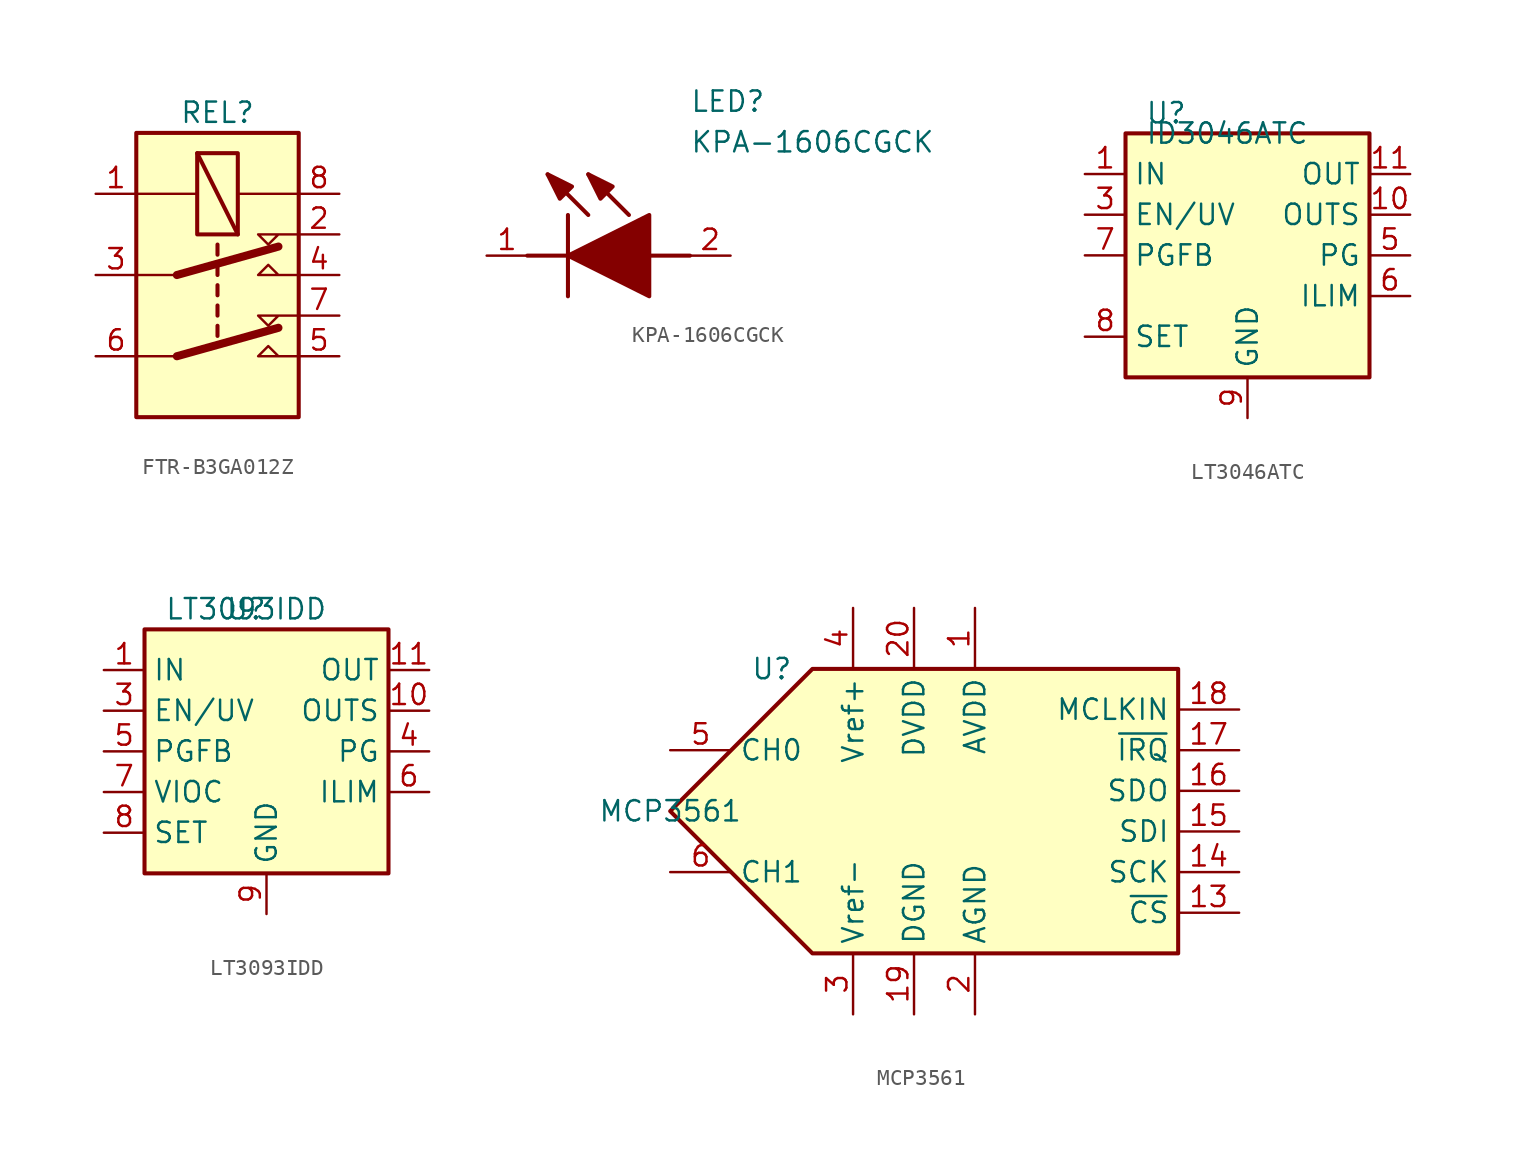
<source format=kicad_sym>
(kicad_symbol_lib
  (version 20231120)
  (generator "kicad_symbol_editor")
  (generator_version "8.0")
  (symbol "FTR-B3GA012Z"
    (property "Reference" "REL"
      (at 0 0 0)
      (effects (font (size 1.27 1.27))))
    (property "Value" ""
      (at 0 0 0)
      (effects (font (size 1.27 1.27))))
    (symbol "FTR-B3GA012Z_0_1"
      (rectangle (start -1.27 -2.54) (end 1.27 -7.62) (stroke (width 0.254) (type default)) (fill (type background)))
      (polyline (pts (xy -1.27 -2.54) (xy 1.27 -7.62)) (stroke (width 0.254) (type default)) (fill (type none)))
      (polyline (pts (xy 5.08 -12.7) (xy 2.54 -12.7) (xy 3.175 -13.335) (xy 3.81 -12.7)) (stroke (width 0) (type default)) (fill (type none)))
      (polyline (pts (xy 5.08 -7.62) (xy 2.54 -7.62) (xy 3.175 -8.255) (xy 3.81 -7.62)) (stroke (width 0) (type default)) (fill (type none))))
    (symbol "FTR-B3GA012Z_1_1"
      (polyline (pts (xy -2.54 -15.24) (xy -5.08 -15.24)) (stroke (width 0) (type default)) (fill (type none)))
      (polyline (pts (xy -2.54 -15.24) (xy 3.81 -13.462)) (stroke (width 0.508) (type default)) (fill (type none)))
      (polyline (pts (xy -2.54 -10.16) (xy -5.08 -10.16)) (stroke (width 0) (type default)) (fill (type none)))
      (polyline (pts (xy -2.54 -10.16) (xy 3.81 -8.382)) (stroke (width 0.508) (type default)) (fill (type none)))
      (polyline (pts (xy 0 -13.335) (xy 0 -13.97)) (stroke (width 0.254) (type default)) (fill (type none)))
      (polyline (pts (xy 0 -12.065) (xy 0 -12.7)) (stroke (width 0.254) (type default)) (fill (type none)))
      (polyline (pts (xy 0 -10.795) (xy 0 -11.43)) (stroke (width 0.254) (type default)) (fill (type none)))
      (polyline (pts (xy 0 -9.525) (xy 0 -10.16)) (stroke (width 0.254) (type default)) (fill (type none)))
      (polyline (pts (xy 0 -8.255) (xy 0 -8.89)) (stroke (width 0.254) (type default)) (fill (type none)))
      (polyline (pts (xy 5.08 -5.08) (xy 1.27 -5.08)) (stroke (width 0) (type default)) (fill (type none)))
      (polyline (pts (xy -5.08 -5.08) (xy -1.27 -5.08) (xy -1.524 -5.08)) (stroke (width 0) (type default)) (fill (type none)))
      (polyline (pts (xy 5.08 -15.24) (xy 2.54 -15.24) (xy 3.175 -14.605) (xy 3.81 -15.24)) (stroke (width 0) (type default)) (fill (type none)))
      (polyline (pts (xy 5.08 -10.16) (xy 2.54 -10.16) (xy 3.175 -9.525) (xy 3.81 -10.16)) (stroke (width 0) (type default)) (fill (type none)))
      (rectangle (start 5.08 -1.27) (end -5.08 -19.05) (stroke (width 0.254) (type default)) (fill (type background)))
      (pin passive line (at -7.62 -5.08 0) (length 2.54) (name "~" (effects (font (size 1.27 1.27)))) (number "1" (effects (font (size 1.27 1.27)))))
      (pin passive line (at 7.62 -7.62 180) (length 2.54) (name "~" (effects (font (size 1.27 1.27)))) (number "2" (effects (font (size 1.27 1.27)))))
      (pin passive line (at -7.62 -10.16 0) (length 2.54) (name "~" (effects (font (size 1.27 1.27)))) (number "3" (effects (font (size 1.27 1.27)))))
      (pin passive line (at 7.62 -10.16 180) (length 2.54) (name "~" (effects (font (size 1.27 1.27)))) (number "4" (effects (font (size 1.27 1.27)))))
      (pin passive line (at 7.62 -15.24 180) (length 2.54) (name "~" (effects (font (size 1.27 1.27)))) (number "5" (effects (font (size 1.27 1.27)))))
      (pin passive line (at -7.62 -15.24 0) (length 2.54) (name "~" (effects (font (size 1.27 1.27)))) (number "6" (effects (font (size 1.27 1.27)))))
      (pin passive line (at 7.62 -12.7 180) (length 2.54) (name "~" (effects (font (size 1.27 1.27)))) (number "7" (effects (font (size 1.27 1.27)))))
      (pin passive line (at 7.62 -5.08 180) (length 2.54) (name "~" (effects (font (size 1.27 1.27)))) (number "8" (effects (font (size 1.27 1.27)))))))
  (symbol "KPA-1606CGCK"
    (pin_names hide)
    (property "Reference" "LED"
      (at 12.7 8.89 0)
      (effects (font (size 1.27 1.27)) (justify left bottom)))
    (property "Value" "KPA-1606CGCK"
      (at 12.7 6.35 0)
      (effects (font (size 1.27 1.27)) (justify left bottom)))
    (symbol "KPA-1606CGCK_1_1"
      (polyline (pts (xy 2.54 0) (xy 5.08 0)) (stroke (width 0.254) (type default)) (fill (type none)))
      (polyline (pts (xy 5.08 2.54) (xy 5.08 -2.54)) (stroke (width 0.254) (type default)) (fill (type none)))
      (polyline (pts (xy 6.35 2.54) (xy 3.81 5.08)) (stroke (width 0.254) (type default)) (fill (type none)))
      (polyline (pts (xy 8.89 2.54) (xy 6.35 5.08)) (stroke (width 0.254) (type default)) (fill (type none)))
      (polyline (pts (xy 10.16 0) (xy 12.7 0)) (stroke (width 0.254) (type default)) (fill (type none)))
      (polyline (pts (xy 5.08 0) (xy 10.16 2.54) (xy 10.16 -2.54) (xy 5.08 0)) (stroke (width 0.254) (type default)) (fill (type outline)))
      (polyline (pts (xy 5.334 4.318) (xy 4.572 3.556) (xy 3.81 5.08) (xy 5.334 4.318)) (stroke (width 0.254) (type default)) (fill (type outline)))
      (polyline (pts (xy 7.874 4.318) (xy 7.112 3.556) (xy 6.35 5.08) (xy 7.874 4.318)) (stroke (width 0.254) (type default)) (fill (type outline)))
      (pin passive line (at 0 0 0) (length 2.54) (name "K" (effects (font (size 1.27 1.27)))) (number "1" (effects (font (size 1.27 1.27)))))
      (pin passive line (at 15.24 0 180) (length 2.54) (name "A" (effects (font (size 1.27 1.27)))) (number "2" (effects (font (size 1.27 1.27)))))))
  (symbol "LT3046ATC"
    (property "Reference" "U"
      (at -3.81 1.27 0)
      (effects (font (size 1.27 1.27))))
    (property "Value" "ID3046ATC"
      (at 0 0 0)
      (effects (font (size 1.27 1.27))))
    (symbol "LT3046ATC_0_0"
      (pin passive line (at 11.43 -2.54 180) (length 2.54) hide (name "OUT" (effects (font (size 1.27 1.27)))) (number "12" (effects (font (size 1.27 1.27))))))
    (symbol "LT3046ATC_0_1"
      (rectangle (start 8.89 0) (end -6.35 -15.24) (stroke (width 0.254) (type default)) (fill (type background))))
    (symbol "LT3046ATC_1_0"
      (pin passive line (at 1.27 -17.78 90) (length 2.54) hide (name "GND" (effects (font (size 1.27 1.27)))) (number "13" (effects (font (size 1.27 1.27))))))
    (symbol "LT3046ATC_1_1"
      (pin power_in line (at -8.89 -2.54 0) (length 2.54) (name "IN" (effects (font (size 1.27 1.27)))) (number "1" (effects (font (size 1.27 1.27)))))
      (pin input line (at 11.43 -5.08 180) (length 2.54) (name "OUTS" (effects (font (size 1.27 1.27)))) (number "10" (effects (font (size 1.27 1.27)))))
      (pin power_out line (at 11.43 -2.54 180) (length 2.54) (name "OUT" (effects (font (size 1.27 1.27)))) (number "11" (effects (font (size 1.27 1.27)))))
      (pin passive line (at -8.89 -2.54 0) (length 2.54) hide (name "IN" (effects (font (size 1.27 1.27)))) (number "2" (effects (font (size 1.27 1.27)))))
      (pin input line (at -8.89 -5.08 0) (length 2.54) (name "EN/UV" (effects (font (size 1.27 1.27)))) (number "3" (effects (font (size 1.27 1.27)))))
      (pin no_connect line (at 11.43 -12.7 180) (length 2.54) hide (name "" (effects (font (size 1.27 1.27)))) (number "4" (effects (font (size 1.27 1.27)))))
      (pin open_collector line (at 11.43 -7.62 180) (length 2.54) (name "PG" (effects (font (size 1.27 1.27)))) (number "5" (effects (font (size 1.27 1.27)))))
      (pin passive line (at 11.43 -10.16 180) (length 2.54) (name "ILIM" (effects (font (size 1.27 1.27)))) (number "6" (effects (font (size 1.27 1.27)))))
      (pin input line (at -8.89 -7.62 0) (length 2.54) (name "PGFB" (effects (font (size 1.27 1.27)))) (number "7" (effects (font (size 1.27 1.27)))))
      (pin passive line (at -8.89 -12.7 0) (length 2.54) (name "SET" (effects (font (size 1.27 1.27)))) (number "8" (effects (font (size 1.27 1.27)))))
      (pin power_in line (at 1.27 -17.78 90) (length 2.54) (name "GND" (effects (font (size 1.27 1.27)))) (number "9" (effects (font (size 1.27 1.27)))))))
  (symbol "LT3093IDD"
    (property "Reference" "U"
      (at 0 0 0)
      (effects (font (size 1.27 1.27))))
    (property "Value" "LT3093IDD"
      (at 0 0 0)
      (effects (font (size 1.27 1.27))))
    (symbol "LT3093IDD_0_0"
      (pin passive line (at 11.43 -3.81 180) (length 2.54) hide (name "OUT" (effects (font (size 1.27 1.27)))) (number "12" (effects (font (size 1.27 1.27)))))
      (pin passive line (at -8.89 -3.81 0) (length 2.54) hide (name "IN" (effects (font (size 1.27 1.27)))) (number "13" (effects (font (size 1.27 1.27))))))
    (symbol "LT3093IDD_0_1"
      (rectangle (start 8.89 -1.27) (end -6.35 -16.51) (stroke (width 0.254) (type default)) (fill (type background))))
    (symbol "LT3093IDD_1_1"
      (pin power_in line (at -8.89 -3.81 0) (length 2.54) (name "IN" (effects (font (size 1.27 1.27)))) (number "1" (effects (font (size 1.27 1.27)))))
      (pin input line (at 11.43 -6.35 180) (length 2.54) (name "OUTS" (effects (font (size 1.27 1.27)))) (number "10" (effects (font (size 1.27 1.27)))))
      (pin power_out line (at 11.43 -3.81 180) (length 2.54) (name "OUT" (effects (font (size 1.27 1.27)))) (number "11" (effects (font (size 1.27 1.27)))))
      (pin passive line (at -8.89 -3.81 0) (length 2.54) hide (name "IN" (effects (font (size 1.27 1.27)))) (number "2" (effects (font (size 1.27 1.27)))))
      (pin input line (at -8.89 -6.35 0) (length 2.54) (name "EN/UV" (effects (font (size 1.27 1.27)))) (number "3" (effects (font (size 1.27 1.27)))))
      (pin open_collector line (at 11.43 -8.89 180) (length 2.54) (name "PG" (effects (font (size 1.27 1.27)))) (number "4" (effects (font (size 1.27 1.27)))))
      (pin input line (at -8.89 -8.89 0) (length 2.54) (name "PGFB" (effects (font (size 1.27 1.27)))) (number "5" (effects (font (size 1.27 1.27)))))
      (pin passive line (at 11.43 -11.43 180) (length 2.54) (name "ILIM" (effects (font (size 1.27 1.27)))) (number "6" (effects (font (size 1.27 1.27)))))
      (pin passive line (at -8.89 -11.43 0) (length 2.54) (name "VIOC" (effects (font (size 1.27 1.27)))) (number "7" (effects (font (size 1.27 1.27)))))
      (pin passive line (at -8.89 -13.97 0) (length 2.54) (name "SET" (effects (font (size 1.27 1.27)))) (number "8" (effects (font (size 1.27 1.27)))))
      (pin power_in line (at 1.27 -19.05 90) (length 2.54) (name "GND" (effects (font (size 1.27 1.27)))) (number "9" (effects (font (size 1.27 1.27)))))))
  (symbol "MCP3561"
    (property "Reference" "U"
      (at 6.35 8.89 0)
      (effects (font (size 1.27 1.27))))
    (property "Value" "MCP3561"
      (at 0 0 0)
      (effects (font (size 1.27 1.27))))
    (symbol "MCP3561_0_1"
      (polyline (pts (xy 8.89 8.89) (xy 31.75 8.89) (xy 31.75 -1.27) (xy 31.75 -8.89) (xy 8.89 -8.89) (xy 0 0) (xy 8.89 8.89)) (stroke (width 0.254) (type default)) (fill (type background))))
    (symbol "MCP3561_1_1"
      (pin power_in line (at 19.05 12.7 270) (length 3.81) (name "AVDD" (effects (font (size 1.27 1.27)))) (number "1" (effects (font (size 1.27 1.27)))))
      (pin no_connect line (at 26.67 -12.7 90) (length 3.81) hide (name "" (effects (font (size 1.27 1.27)))) (number "10" (effects (font (size 1.27 1.27)))))
      (pin no_connect line (at 27.94 -12.7 90) (length 3.81) hide (name "" (effects (font (size 1.27 1.27)))) (number "11" (effects (font (size 1.27 1.27)))))
      (pin no_connect line (at 29.21 -12.7 90) (length 3.81) hide (name "" (effects (font (size 1.27 1.27)))) (number "12" (effects (font (size 1.27 1.27)))))
      (pin input line (at 35.56 -6.35 180) (length 3.81) (name "~{CS}" (effects (font (size 1.27 1.27)))) (number "13" (effects (font (size 1.27 1.27)))))
      (pin input line (at 35.56 -3.81 180) (length 3.81) (name "SCK" (effects (font (size 1.27 1.27)))) (number "14" (effects (font (size 1.27 1.27)))))
      (pin input line (at 35.56 -1.27 180) (length 3.81) (name "SDI" (effects (font (size 1.27 1.27)))) (number "15" (effects (font (size 1.27 1.27)))))
      (pin tri_state line (at 35.56 1.27 180) (length 3.81) (name "SDO" (effects (font (size 1.27 1.27)))) (number "16" (effects (font (size 1.27 1.27)))))
      (pin output line (at 35.56 3.81 180) (length 3.81) (name "~{IRQ}" (effects (font (size 1.27 1.27)))) (number "17" (effects (font (size 1.27 1.27)))))
      (pin input line (at 35.56 6.35 180) (length 3.81) (name "MCLKIN" (effects (font (size 1.27 1.27)))) (number "18" (effects (font (size 1.27 1.27)))))
      (pin power_in line (at 15.24 -12.7 90) (length 3.81) (name "DGND" (effects (font (size 1.27 1.27)))) (number "19" (effects (font (size 1.27 1.27)))))
      (pin power_in line (at 19.05 -12.7 90) (length 3.81) (name "AGND" (effects (font (size 1.27 1.27)))) (number "2" (effects (font (size 1.27 1.27)))))
      (pin power_in line (at 15.24 12.7 270) (length 3.81) (name "DVDD" (effects (font (size 1.27 1.27)))) (number "20" (effects (font (size 1.27 1.27)))))
      (pin input line (at 11.43 -12.7 90) (length 3.81) (name "Vref-" (effects (font (size 1.27 1.27)))) (number "3" (effects (font (size 1.27 1.27)))))
      (pin input line (at 11.43 12.7 270) (length 3.81) (name "Vref+" (effects (font (size 1.27 1.27)))) (number "4" (effects (font (size 1.27 1.27)))))
      (pin input line (at 0 3.81 0) (length 3.81) (name "CH0" (effects (font (size 1.27 1.27)))) (number "5" (effects (font (size 1.27 1.27)))))
      (pin input line (at 0 -3.81 0) (length 3.81) (name "CH1" (effects (font (size 1.27 1.27)))) (number "6" (effects (font (size 1.27 1.27)))))
      (pin no_connect line (at 22.86 -12.7 90) (length 3.81) hide (name "" (effects (font (size 1.27 1.27)))) (number "7" (effects (font (size 1.27 1.27)))))
      (pin no_connect line (at 24.13 -12.7 90) (length 3.81) hide (name "" (effects (font (size 1.27 1.27)))) (number "8" (effects (font (size 1.27 1.27)))))
      (pin no_connect line (at 25.4 -12.7 90) (length 3.81) hide (name "" (effects (font (size 1.27 1.27)))) (number "9" (effects (font (size 1.27 1.27))))))))
</source>
